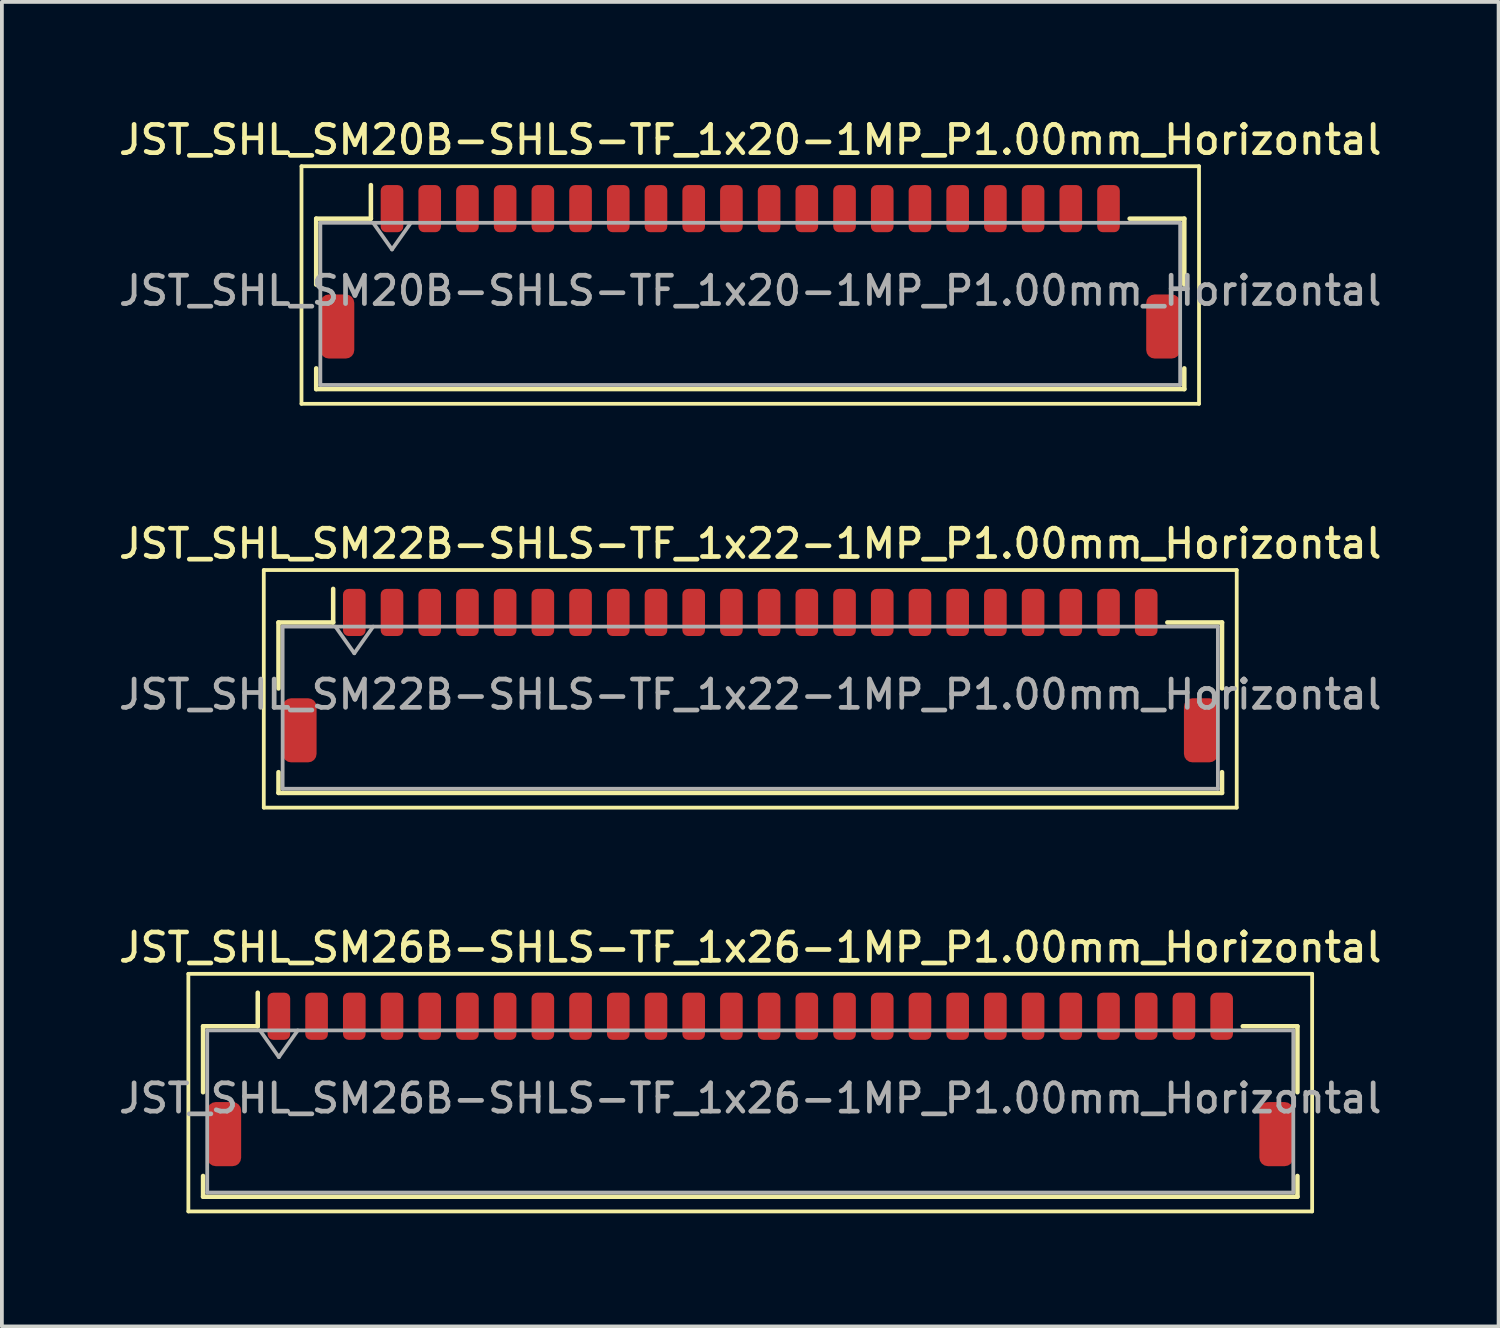
<source format=kicad_pcb>
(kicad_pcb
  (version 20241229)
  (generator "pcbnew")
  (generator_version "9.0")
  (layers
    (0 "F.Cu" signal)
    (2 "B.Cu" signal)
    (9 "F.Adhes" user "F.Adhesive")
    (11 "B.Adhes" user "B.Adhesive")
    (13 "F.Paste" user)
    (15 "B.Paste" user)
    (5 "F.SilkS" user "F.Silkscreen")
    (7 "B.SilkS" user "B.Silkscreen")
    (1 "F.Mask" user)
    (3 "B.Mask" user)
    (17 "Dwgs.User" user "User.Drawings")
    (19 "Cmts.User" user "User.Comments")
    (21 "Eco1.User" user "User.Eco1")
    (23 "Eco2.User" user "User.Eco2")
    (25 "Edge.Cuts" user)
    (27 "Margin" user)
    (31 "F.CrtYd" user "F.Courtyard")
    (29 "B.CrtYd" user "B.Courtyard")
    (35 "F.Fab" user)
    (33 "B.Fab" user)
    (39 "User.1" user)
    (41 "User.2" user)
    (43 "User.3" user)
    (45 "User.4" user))
  (footprint "JST_SHL_SM22B-SHLS-TF_1x22-1MP_P1.00mm_Horizontal"
    (layer "F.Cu")
    (at 16.845 14.866)
    (property "Reference" "JST_SHL_SM22B-SHLS-TF_1x22-1MP_P1.00mm_Horizontal" (at 0 -3.5 0) (layer "F.SilkS") (effects (font (size 0.75 0.75) (thickness 0.125))))
    (attr smd)
    (fp_line (start -12.9 -2.8) (end -12.9 3.5) (stroke (width 0.1) (type solid)) (layer "F.SilkS"))
    (fp_line (start -12.9 3.5) (end 12.9 3.5) (stroke (width 0.1) (type solid)) (layer "F.SilkS"))
    (fp_line (start -12.51 -1.41) (end -11.06 -1.41) (stroke (width 0.12) (type solid)) (layer "F.SilkS"))
    (fp_line (start -12.51 0.34) (end -12.51 -1.41) (stroke (width 0.12) (type solid)) (layer "F.SilkS"))
    (fp_line (start -12.51 2.56) (end -12.51 3.11) (stroke (width 0.12) (type solid)) (layer "F.SilkS"))
    (fp_line (start -12.51 3.11) (end 12.51 3.11) (stroke (width 0.12) (type solid)) (layer "F.SilkS"))
    (fp_line (start -11.06 -1.41) (end -11.06 -2.3) (stroke (width 0.12) (type solid)) (layer "F.SilkS"))
    (fp_line (start 12.51 -1.41) (end 11.06 -1.41) (stroke (width 0.12) (type solid)) (layer "F.SilkS"))
    (fp_line (start 12.51 0.34) (end 12.51 -1.41) (stroke (width 0.12) (type solid)) (layer "F.SilkS"))
    (fp_line (start 12.51 3.11) (end 12.51 2.56) (stroke (width 0.12) (type solid)) (layer "F.SilkS"))
    (fp_line (start 12.9 -2.8) (end -12.9 -2.8) (stroke (width 0.1) (type solid)) (layer "F.SilkS"))
    (fp_line (start 12.9 3.5) (end 12.9 -2.8) (stroke (width 0.1) (type solid)) (layer "F.SilkS"))
    (fp_line (start -12.4 -1.3) (end -12.4 3) (stroke (width 0.1) (type solid)) (layer "F.Fab"))
    (fp_line (start -12.4 -1.3) (end 12.4 -1.3) (stroke (width 0.1) (type solid)) (layer "F.Fab"))
    (fp_line (start -12.4 3) (end 12.4 3) (stroke (width 0.1) (type solid)) (layer "F.Fab"))
    (fp_line (start -11 -1.3) (end -10.5 -0.593) (stroke (width 0.1) (type solid)) (layer "F.Fab"))
    (fp_line (start -10.5 -0.593) (end -10 -1.3) (stroke (width 0.1) (type solid)) (layer "F.Fab"))
    (fp_line (start 12.4 -1.3) (end 12.4 3) (stroke (width 0.1) (type solid)) (layer "F.Fab"))
    (fp_text user "${REFERENCE}" (at 0 0.5 0) (layer "F.Fab") (effects (font (size 0.75 0.75) (thickness 0.125))))
    (pad "1" smd roundrect (at -10.5 -1.675) (size 0.6 1.25) (layers "F.Cu" "F.Mask" "F.Paste") (roundrect_rratio 0.25))
    (pad "2" smd roundrect (at -9.5 -1.675) (size 0.6 1.25) (layers "F.Cu" "F.Mask" "F.Paste") (roundrect_rratio 0.25))
    (pad "3" smd roundrect (at -8.5 -1.675) (size 0.6 1.25) (layers "F.Cu" "F.Mask" "F.Paste") (roundrect_rratio 0.25))
    (pad "4" smd roundrect (at -7.5 -1.675) (size 0.6 1.25) (layers "F.Cu" "F.Mask" "F.Paste") (roundrect_rratio 0.25))
    (pad "5" smd roundrect (at -6.5 -1.675) (size 0.6 1.25) (layers "F.Cu" "F.Mask" "F.Paste") (roundrect_rratio 0.25))
    (pad "6" smd roundrect (at -5.5 -1.675) (size 0.6 1.25) (layers "F.Cu" "F.Mask" "F.Paste") (roundrect_rratio 0.25))
    (pad "7" smd roundrect (at -4.5 -1.675) (size 0.6 1.25) (layers "F.Cu" "F.Mask" "F.Paste") (roundrect_rratio 0.25))
    (pad "8" smd roundrect (at -3.5 -1.675) (size 0.6 1.25) (layers "F.Cu" "F.Mask" "F.Paste") (roundrect_rratio 0.25))
    (pad "9" smd roundrect (at -2.5 -1.675) (size 0.6 1.25) (layers "F.Cu" "F.Mask" "F.Paste") (roundrect_rratio 0.25))
    (pad "10" smd roundrect (at -1.5 -1.675) (size 0.6 1.25) (layers "F.Cu" "F.Mask" "F.Paste") (roundrect_rratio 0.25))
    (pad "11" smd roundrect (at -0.5 -1.675) (size 0.6 1.25) (layers "F.Cu" "F.Mask" "F.Paste") (roundrect_rratio 0.25))
    (pad "12" smd roundrect (at 0.5 -1.675) (size 0.6 1.25) (layers "F.Cu" "F.Mask" "F.Paste") (roundrect_rratio 0.25))
    (pad "13" smd roundrect (at 1.5 -1.675) (size 0.6 1.25) (layers "F.Cu" "F.Mask" "F.Paste") (roundrect_rratio 0.25))
    (pad "14" smd roundrect (at 2.5 -1.675) (size 0.6 1.25) (layers "F.Cu" "F.Mask" "F.Paste") (roundrect_rratio 0.25))
    (pad "15" smd roundrect (at 3.5 -1.675) (size 0.6 1.25) (layers "F.Cu" "F.Mask" "F.Paste") (roundrect_rratio 0.25))
    (pad "16" smd roundrect (at 4.5 -1.675) (size 0.6 1.25) (layers "F.Cu" "F.Mask" "F.Paste") (roundrect_rratio 0.25))
    (pad "17" smd roundrect (at 5.5 -1.675) (size 0.6 1.25) (layers "F.Cu" "F.Mask" "F.Paste") (roundrect_rratio 0.25))
    (pad "18" smd roundrect (at 6.5 -1.675) (size 0.6 1.25) (layers "F.Cu" "F.Mask" "F.Paste") (roundrect_rratio 0.25))
    (pad "19" smd roundrect (at 7.5 -1.675) (size 0.6 1.25) (layers "F.Cu" "F.Mask" "F.Paste") (roundrect_rratio 0.25))
    (pad "20" smd roundrect (at 8.5 -1.675) (size 0.6 1.25) (layers "F.Cu" "F.Mask" "F.Paste") (roundrect_rratio 0.25))
    (pad "21" smd roundrect (at 9.5 -1.675) (size 0.6 1.25) (layers "F.Cu" "F.Mask" "F.Paste") (roundrect_rratio 0.25))
    (pad "22" smd roundrect (at 10.5 -1.675) (size 0.6 1.25) (layers "F.Cu" "F.Mask" "F.Paste") (roundrect_rratio 0.25))
    (pad "MP" smd roundrect (at -11.95 1.45) (size 0.9 1.7) (layers "F.Cu" "F.Mask" "F.Paste") (roundrect_rratio 0.25))
    (pad "MP" smd roundrect (at 11.95 1.45) (size 0.9 1.7) (layers "F.Cu" "F.Mask" "F.Paste") (roundrect_rratio 0.25)))
  (footprint "JST_SHL_SM26B-SHLS-TF_1x26-1MP_P1.00mm_Horizontal"
    (layer "F.Cu")
    (at 16.845 25.574)
    (property "Reference" "JST_SHL_SM26B-SHLS-TF_1x26-1MP_P1.00mm_Horizontal" (at 0 -3.5 0) (layer "F.SilkS") (effects (font (size 0.75 0.75) (thickness 0.125))))
    (attr smd)
    (fp_line (start -14.9 -2.8) (end -14.9 3.5) (stroke (width 0.1) (type solid)) (layer "F.SilkS"))
    (fp_line (start -14.9 3.5) (end 14.9 3.5) (stroke (width 0.1) (type solid)) (layer "F.SilkS"))
    (fp_line (start -14.51 -1.41) (end -13.06 -1.41) (stroke (width 0.12) (type solid)) (layer "F.SilkS"))
    (fp_line (start -14.51 0.34) (end -14.51 -1.41) (stroke (width 0.12) (type solid)) (layer "F.SilkS"))
    (fp_line (start -14.51 2.56) (end -14.51 3.11) (stroke (width 0.12) (type solid)) (layer "F.SilkS"))
    (fp_line (start -14.51 3.11) (end 14.51 3.11) (stroke (width 0.12) (type solid)) (layer "F.SilkS"))
    (fp_line (start -13.06 -1.41) (end -13.06 -2.3) (stroke (width 0.12) (type solid)) (layer "F.SilkS"))
    (fp_line (start 14.51 -1.41) (end 13.06 -1.41) (stroke (width 0.12) (type solid)) (layer "F.SilkS"))
    (fp_line (start 14.51 0.34) (end 14.51 -1.41) (stroke (width 0.12) (type solid)) (layer "F.SilkS"))
    (fp_line (start 14.51 3.11) (end 14.51 2.56) (stroke (width 0.12) (type solid)) (layer "F.SilkS"))
    (fp_line (start 14.9 -2.8) (end -14.9 -2.8) (stroke (width 0.1) (type solid)) (layer "F.SilkS"))
    (fp_line (start 14.9 3.5) (end 14.9 -2.8) (stroke (width 0.1) (type solid)) (layer "F.SilkS"))
    (fp_line (start -14.4 -1.3) (end -14.4 3) (stroke (width 0.1) (type solid)) (layer "F.Fab"))
    (fp_line (start -14.4 -1.3) (end 14.4 -1.3) (stroke (width 0.1) (type solid)) (layer "F.Fab"))
    (fp_line (start -14.4 3) (end 14.4 3) (stroke (width 0.1) (type solid)) (layer "F.Fab"))
    (fp_line (start -13 -1.3) (end -12.5 -0.593) (stroke (width 0.1) (type solid)) (layer "F.Fab"))
    (fp_line (start -12.5 -0.593) (end -12 -1.3) (stroke (width 0.1) (type solid)) (layer "F.Fab"))
    (fp_line (start 14.4 -1.3) (end 14.4 3) (stroke (width 0.1) (type solid)) (layer "F.Fab"))
    (fp_text user "${REFERENCE}" (at 0 0.5 0) (layer "F.Fab") (effects (font (size 0.75 0.75) (thickness 0.125))))
    (pad "1" smd roundrect (at -12.5 -1.675) (size 0.6 1.25) (layers "F.Cu" "F.Mask" "F.Paste") (roundrect_rratio 0.25))
    (pad "2" smd roundrect (at -11.5 -1.675) (size 0.6 1.25) (layers "F.Cu" "F.Mask" "F.Paste") (roundrect_rratio 0.25))
    (pad "3" smd roundrect (at -10.5 -1.675) (size 0.6 1.25) (layers "F.Cu" "F.Mask" "F.Paste") (roundrect_rratio 0.25))
    (pad "4" smd roundrect (at -9.5 -1.675) (size 0.6 1.25) (layers "F.Cu" "F.Mask" "F.Paste") (roundrect_rratio 0.25))
    (pad "5" smd roundrect (at -8.5 -1.675) (size 0.6 1.25) (layers "F.Cu" "F.Mask" "F.Paste") (roundrect_rratio 0.25))
    (pad "6" smd roundrect (at -7.5 -1.675) (size 0.6 1.25) (layers "F.Cu" "F.Mask" "F.Paste") (roundrect_rratio 0.25))
    (pad "7" smd roundrect (at -6.5 -1.675) (size 0.6 1.25) (layers "F.Cu" "F.Mask" "F.Paste") (roundrect_rratio 0.25))
    (pad "8" smd roundrect (at -5.5 -1.675) (size 0.6 1.25) (layers "F.Cu" "F.Mask" "F.Paste") (roundrect_rratio 0.25))
    (pad "9" smd roundrect (at -4.5 -1.675) (size 0.6 1.25) (layers "F.Cu" "F.Mask" "F.Paste") (roundrect_rratio 0.25))
    (pad "10" smd roundrect (at -3.5 -1.675) (size 0.6 1.25) (layers "F.Cu" "F.Mask" "F.Paste") (roundrect_rratio 0.25))
    (pad "11" smd roundrect (at -2.5 -1.675) (size 0.6 1.25) (layers "F.Cu" "F.Mask" "F.Paste") (roundrect_rratio 0.25))
    (pad "12" smd roundrect (at -1.5 -1.675) (size 0.6 1.25) (layers "F.Cu" "F.Mask" "F.Paste") (roundrect_rratio 0.25))
    (pad "13" smd roundrect (at -0.5 -1.675) (size 0.6 1.25) (layers "F.Cu" "F.Mask" "F.Paste") (roundrect_rratio 0.25))
    (pad "14" smd roundrect (at 0.5 -1.675) (size 0.6 1.25) (layers "F.Cu" "F.Mask" "F.Paste") (roundrect_rratio 0.25))
    (pad "15" smd roundrect (at 1.5 -1.675) (size 0.6 1.25) (layers "F.Cu" "F.Mask" "F.Paste") (roundrect_rratio 0.25))
    (pad "16" smd roundrect (at 2.5 -1.675) (size 0.6 1.25) (layers "F.Cu" "F.Mask" "F.Paste") (roundrect_rratio 0.25))
    (pad "17" smd roundrect (at 3.5 -1.675) (size 0.6 1.25) (layers "F.Cu" "F.Mask" "F.Paste") (roundrect_rratio 0.25))
    (pad "18" smd roundrect (at 4.5 -1.675) (size 0.6 1.25) (layers "F.Cu" "F.Mask" "F.Paste") (roundrect_rratio 0.25))
    (pad "19" smd roundrect (at 5.5 -1.675) (size 0.6 1.25) (layers "F.Cu" "F.Mask" "F.Paste") (roundrect_rratio 0.25))
    (pad "20" smd roundrect (at 6.5 -1.675) (size 0.6 1.25) (layers "F.Cu" "F.Mask" "F.Paste") (roundrect_rratio 0.25))
    (pad "21" smd roundrect (at 7.5 -1.675) (size 0.6 1.25) (layers "F.Cu" "F.Mask" "F.Paste") (roundrect_rratio 0.25))
    (pad "22" smd roundrect (at 8.5 -1.675) (size 0.6 1.25) (layers "F.Cu" "F.Mask" "F.Paste") (roundrect_rratio 0.25))
    (pad "23" smd roundrect (at 9.5 -1.675) (size 0.6 1.25) (layers "F.Cu" "F.Mask" "F.Paste") (roundrect_rratio 0.25))
    (pad "24" smd roundrect (at 10.5 -1.675) (size 0.6 1.25) (layers "F.Cu" "F.Mask" "F.Paste") (roundrect_rratio 0.25))
    (pad "25" smd roundrect (at 11.5 -1.675) (size 0.6 1.25) (layers "F.Cu" "F.Mask" "F.Paste") (roundrect_rratio 0.25))
    (pad "26" smd roundrect (at 12.5 -1.675) (size 0.6 1.25) (layers "F.Cu" "F.Mask" "F.Paste") (roundrect_rratio 0.25))
    (pad "MP" smd roundrect (at -13.95 1.45) (size 0.9 1.7) (layers "F.Cu" "F.Mask" "F.Paste") (roundrect_rratio 0.25))
    (pad "MP" smd roundrect (at 13.95 1.45) (size 0.9 1.7) (layers "F.Cu" "F.Mask" "F.Paste") (roundrect_rratio 0.25)))
  (footprint "JST_SHL_SM20B-SHLS-TF_1x20-1MP_P1.00mm_Horizontal"
    (layer "F.Cu")
    (at 16.845 4.158)
    (property "Reference" "JST_SHL_SM20B-SHLS-TF_1x20-1MP_P1.00mm_Horizontal" (at 0 -3.5 0) (layer "F.SilkS") (effects (font (size 0.75 0.75) (thickness 0.125))))
    (attr smd)
    (fp_line (start -11.9 -2.8) (end -11.9 3.5) (stroke (width 0.1) (type solid)) (layer "F.SilkS"))
    (fp_line (start -11.9 3.5) (end 11.9 3.5) (stroke (width 0.1) (type solid)) (layer "F.SilkS"))
    (fp_line (start -11.51 -1.41) (end -10.06 -1.41) (stroke (width 0.12) (type solid)) (layer "F.SilkS"))
    (fp_line (start -11.51 0.34) (end -11.51 -1.41) (stroke (width 0.12) (type solid)) (layer "F.SilkS"))
    (fp_line (start -11.51 2.56) (end -11.51 3.11) (stroke (width 0.12) (type solid)) (layer "F.SilkS"))
    (fp_line (start -11.51 3.11) (end 11.51 3.11) (stroke (width 0.12) (type solid)) (layer "F.SilkS"))
    (fp_line (start -10.06 -1.41) (end -10.06 -2.3) (stroke (width 0.12) (type solid)) (layer "F.SilkS"))
    (fp_line (start 11.51 -1.41) (end 10.06 -1.41) (stroke (width 0.12) (type solid)) (layer "F.SilkS"))
    (fp_line (start 11.51 0.34) (end 11.51 -1.41) (stroke (width 0.12) (type solid)) (layer "F.SilkS"))
    (fp_line (start 11.51 3.11) (end 11.51 2.56) (stroke (width 0.12) (type solid)) (layer "F.SilkS"))
    (fp_line (start 11.9 -2.8) (end -11.9 -2.8) (stroke (width 0.1) (type solid)) (layer "F.SilkS"))
    (fp_line (start 11.9 3.5) (end 11.9 -2.8) (stroke (width 0.1) (type solid)) (layer "F.SilkS"))
    (fp_line (start -11.4 -1.3) (end -11.4 3) (stroke (width 0.1) (type solid)) (layer "F.Fab"))
    (fp_line (start -11.4 -1.3) (end 11.4 -1.3) (stroke (width 0.1) (type solid)) (layer "F.Fab"))
    (fp_line (start -11.4 3) (end 11.4 3) (stroke (width 0.1) (type solid)) (layer "F.Fab"))
    (fp_line (start -10 -1.3) (end -9.5 -0.593) (stroke (width 0.1) (type solid)) (layer "F.Fab"))
    (fp_line (start -9.5 -0.593) (end -9 -1.3) (stroke (width 0.1) (type solid)) (layer "F.Fab"))
    (fp_line (start 11.4 -1.3) (end 11.4 3) (stroke (width 0.1) (type solid)) (layer "F.Fab"))
    (fp_text user "${REFERENCE}" (at 0 0.5 0) (layer "F.Fab") (effects (font (size 0.75 0.75) (thickness 0.125))))
    (pad "1" smd roundrect (at -9.5 -1.675) (size 0.6 1.25) (layers "F.Cu" "F.Mask" "F.Paste") (roundrect_rratio 0.25))
    (pad "2" smd roundrect (at -8.5 -1.675) (size 0.6 1.25) (layers "F.Cu" "F.Mask" "F.Paste") (roundrect_rratio 0.25))
    (pad "3" smd roundrect (at -7.5 -1.675) (size 0.6 1.25) (layers "F.Cu" "F.Mask" "F.Paste") (roundrect_rratio 0.25))
    (pad "4" smd roundrect (at -6.5 -1.675) (size 0.6 1.25) (layers "F.Cu" "F.Mask" "F.Paste") (roundrect_rratio 0.25))
    (pad "5" smd roundrect (at -5.5 -1.675) (size 0.6 1.25) (layers "F.Cu" "F.Mask" "F.Paste") (roundrect_rratio 0.25))
    (pad "6" smd roundrect (at -4.5 -1.675) (size 0.6 1.25) (layers "F.Cu" "F.Mask" "F.Paste") (roundrect_rratio 0.25))
    (pad "7" smd roundrect (at -3.5 -1.675) (size 0.6 1.25) (layers "F.Cu" "F.Mask" "F.Paste") (roundrect_rratio 0.25))
    (pad "8" smd roundrect (at -2.5 -1.675) (size 0.6 1.25) (layers "F.Cu" "F.Mask" "F.Paste") (roundrect_rratio 0.25))
    (pad "9" smd roundrect (at -1.5 -1.675) (size 0.6 1.25) (layers "F.Cu" "F.Mask" "F.Paste") (roundrect_rratio 0.25))
    (pad "10" smd roundrect (at -0.5 -1.675) (size 0.6 1.25) (layers "F.Cu" "F.Mask" "F.Paste") (roundrect_rratio 0.25))
    (pad "11" smd roundrect (at 0.5 -1.675) (size 0.6 1.25) (layers "F.Cu" "F.Mask" "F.Paste") (roundrect_rratio 0.25))
    (pad "12" smd roundrect (at 1.5 -1.675) (size 0.6 1.25) (layers "F.Cu" "F.Mask" "F.Paste") (roundrect_rratio 0.25))
    (pad "13" smd roundrect (at 2.5 -1.675) (size 0.6 1.25) (layers "F.Cu" "F.Mask" "F.Paste") (roundrect_rratio 0.25))
    (pad "14" smd roundrect (at 3.5 -1.675) (size 0.6 1.25) (layers "F.Cu" "F.Mask" "F.Paste") (roundrect_rratio 0.25))
    (pad "15" smd roundrect (at 4.5 -1.675) (size 0.6 1.25) (layers "F.Cu" "F.Mask" "F.Paste") (roundrect_rratio 0.25))
    (pad "16" smd roundrect (at 5.5 -1.675) (size 0.6 1.25) (layers "F.Cu" "F.Mask" "F.Paste") (roundrect_rratio 0.25))
    (pad "17" smd roundrect (at 6.5 -1.675) (size 0.6 1.25) (layers "F.Cu" "F.Mask" "F.Paste") (roundrect_rratio 0.25))
    (pad "18" smd roundrect (at 7.5 -1.675) (size 0.6 1.25) (layers "F.Cu" "F.Mask" "F.Paste") (roundrect_rratio 0.25))
    (pad "19" smd roundrect (at 8.5 -1.675) (size 0.6 1.25) (layers "F.Cu" "F.Mask" "F.Paste") (roundrect_rratio 0.25))
    (pad "20" smd roundrect (at 9.5 -1.675) (size 0.6 1.25) (layers "F.Cu" "F.Mask" "F.Paste") (roundrect_rratio 0.25))
    (pad "MP" smd roundrect (at -10.95 1.45) (size 0.9 1.7) (layers "F.Cu" "F.Mask" "F.Paste") (roundrect_rratio 0.25))
    (pad "MP" smd roundrect (at 10.95 1.45) (size 0.9 1.7) (layers "F.Cu" "F.Mask" "F.Paste") (roundrect_rratio 0.25)))
  (gr_rect
    (start -3 -3)
    (end 36.689 32.124)
    (stroke (width 0.1) (type default))
    (fill no)
    (layer "Edge.Cuts")))
</source>
